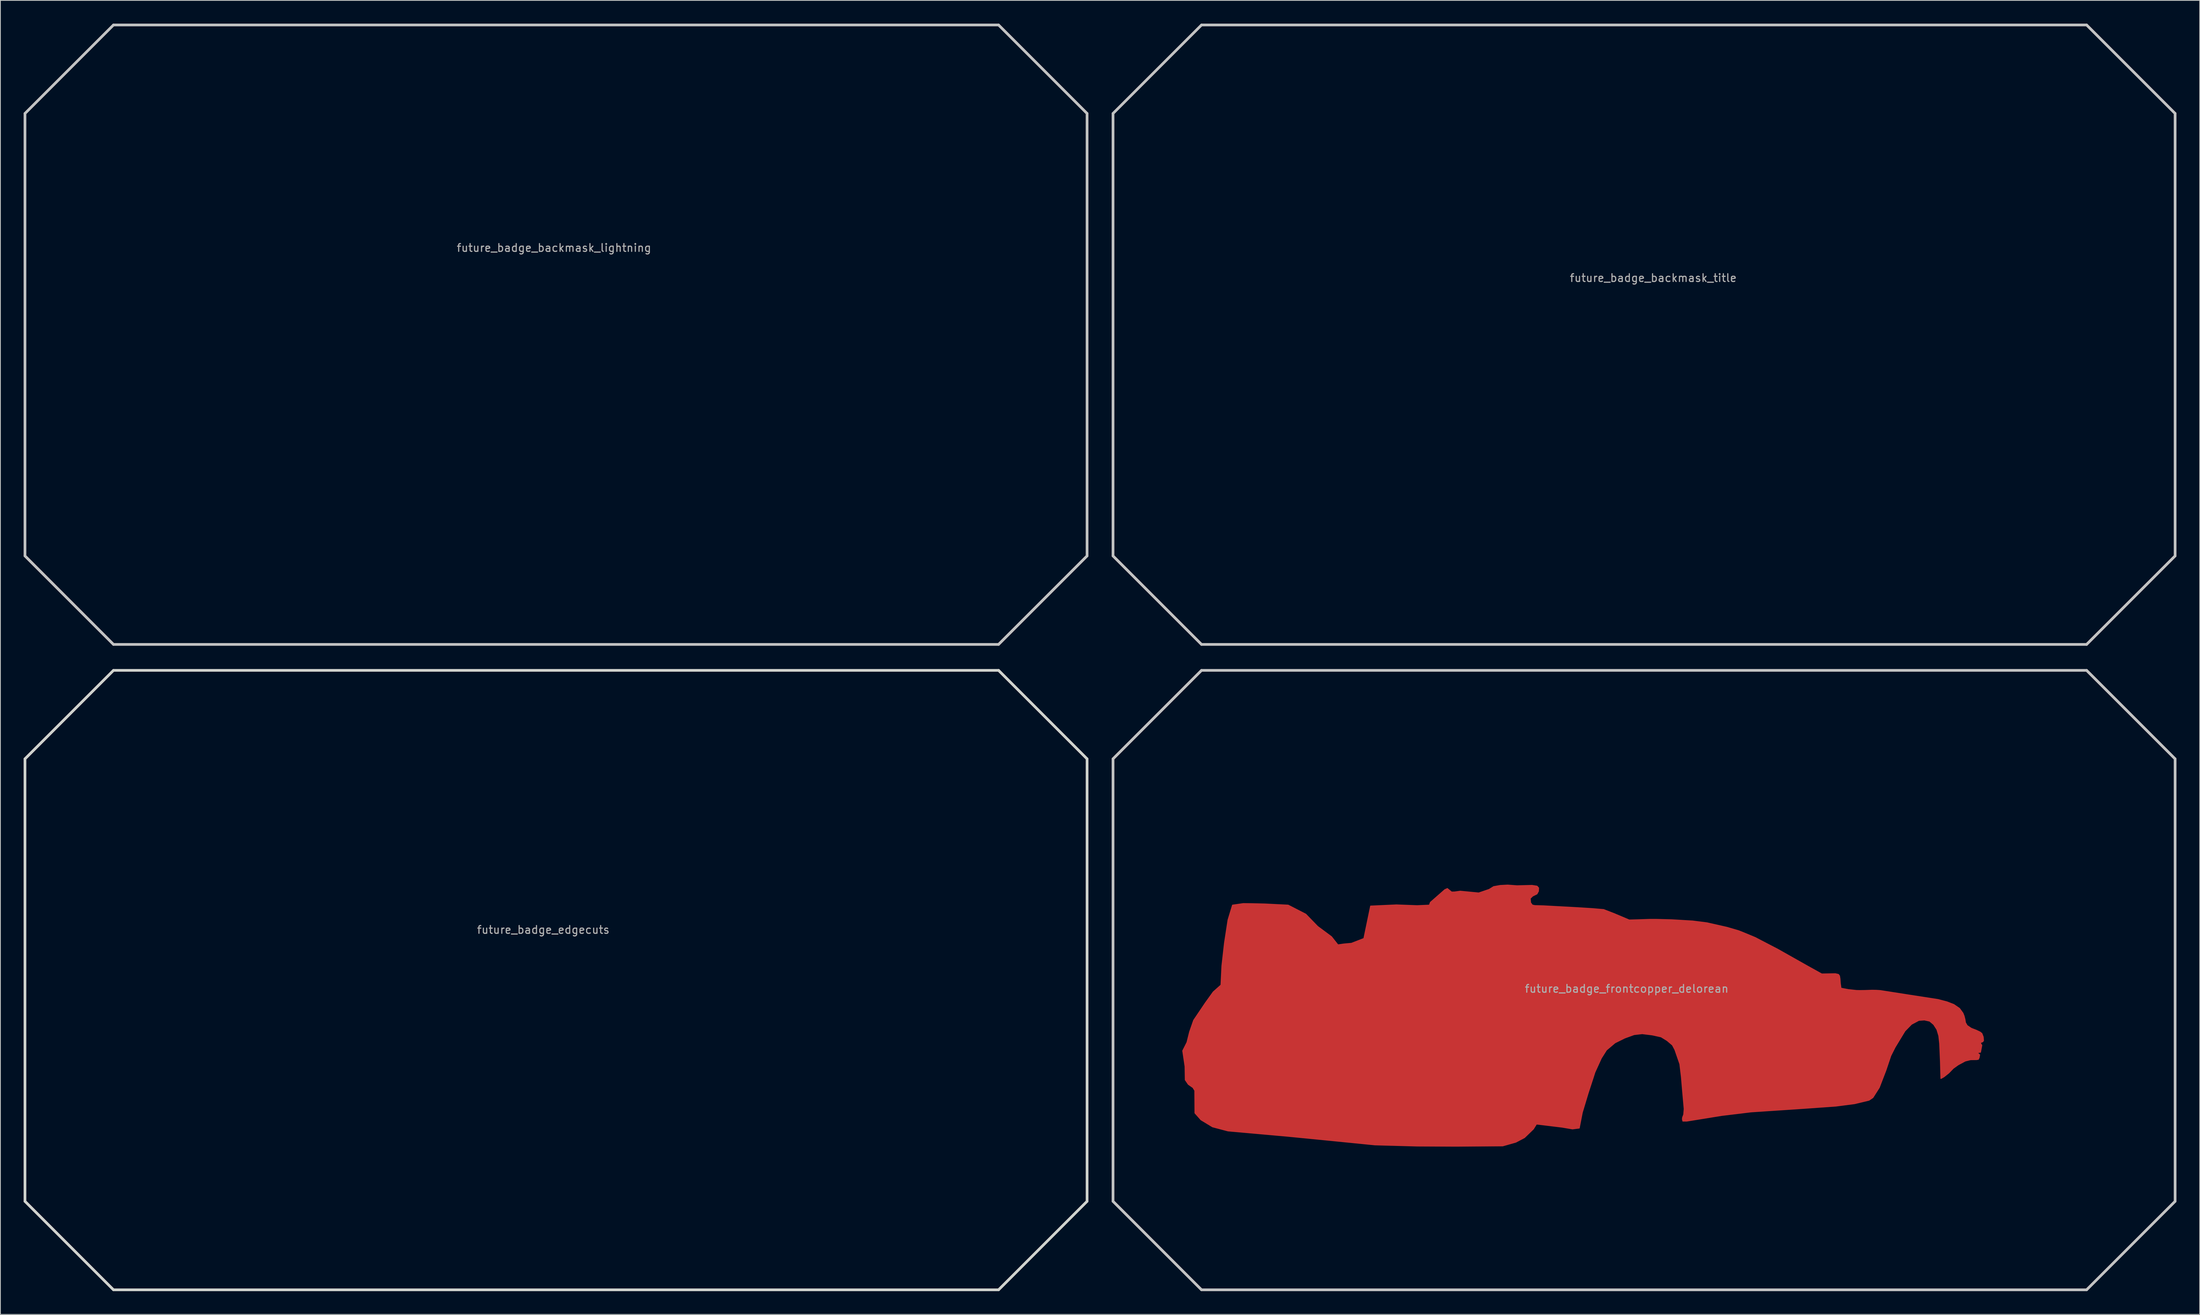
<source format=kicad_pcb>
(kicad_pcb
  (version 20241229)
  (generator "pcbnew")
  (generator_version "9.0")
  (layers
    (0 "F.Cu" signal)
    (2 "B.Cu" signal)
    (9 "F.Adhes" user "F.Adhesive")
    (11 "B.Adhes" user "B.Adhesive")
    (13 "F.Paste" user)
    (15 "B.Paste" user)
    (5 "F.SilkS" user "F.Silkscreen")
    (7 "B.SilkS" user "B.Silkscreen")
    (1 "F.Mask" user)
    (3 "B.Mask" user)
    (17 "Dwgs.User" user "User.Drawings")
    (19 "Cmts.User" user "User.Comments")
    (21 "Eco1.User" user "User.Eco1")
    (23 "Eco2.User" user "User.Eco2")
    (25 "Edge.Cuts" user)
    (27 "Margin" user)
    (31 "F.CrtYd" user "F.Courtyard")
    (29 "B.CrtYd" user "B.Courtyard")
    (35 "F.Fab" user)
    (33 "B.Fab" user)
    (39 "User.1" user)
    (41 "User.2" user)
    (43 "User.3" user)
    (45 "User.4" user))
  (footprint "future_badge_backmask_lightning"
    (layer "F.Cu")
    (at 68.486 29.455)
    (property "Reference" "future_badge_backmask_lightning" (at 0 -0.5 0) (unlocked yes) (layer "F.Fab") (effects (font (size 1 1) (thickness 0.15))))
    (fp_poly (pts (xy 29.55 -0.26) (xy 29.77 0.75) (xy 29.79 2.88) (xy 30.12 3.43) (xy 31.12 3.26) (xy 31.93 3.25) (xy 32.64 3.87) (xy 32.74 5) (xy 32.7 6.09) (xy 32.91 6.98) (xy 33.64 7.24) (xy 34.34 6.56) (xy 34.63 5.86) (xy 35.33 5.68) (xy 36 6.05) (xy 36.61 6.8) (xy 37.01 7.83) (xy 37.51 8.69) (xy 38.12 8.97) (xy 38.95 8.42) (xy 39.11 7.36) (xy 39.5 6.7) (xy 40.65 6.32) (xy 41.85 6.08) (xy 43.36 6.3) (xy 44.32 6.74) (xy 45.39 7.34) (xy 46.92 7.08) (xy 48.36 6.65) (xy 49.82 6.41) (xy 50.38 6.6) (xy 50.28 7.81) (xy 49.67 8.69) (xy 48.77 9.18) (xy 47.63 9.48) (xy 47.21 10.25) (xy 47.52 11.05) (xy 48.45 11.72) (xy 49.41 11.61) (xy 51.14 10.67) (xy 52.32 9.82) (xy 53.36 9) (xy 54.95 9.16) (xy 57.88 10.02) (xy 58.97 10.13) (xy 60.24 10.49) (xy 60.86 11.51) (xy 61.02 12.58) (xy 60.82 13.97) (xy 60.93 15.11) (xy 61.72 17.04) (xy 61.67 17.91) (xy 61.12 18.59) (xy 59.83 18.97) (xy 58.86 19.43) (xy 58.47 20.26) (xy 58.61 21.41) (xy 58.89 22.36) (xy 58.59 23.76) (xy 58.2 24.93) (xy 55.77 26.42) (xy 53.53 26.99) (xy 50.81 27.48) (xy 48.06 27.18) (xy 46.58 27.07) (xy 45.75 27.26) (xy 45.64 28.02) (xy 46.38 28.74) (xy 47.76 29.39) (xy 48.41 30.39) (xy 48.55 31.65) (xy 47.91 32.58) (xy 46.83 32.52) (xy 45.57 32.23) (xy 44.62 32.39) (xy 44.6 34) (xy 46.57 36.07) (xy 50.43 37.84) (xy 50.9 38.73) (xy 50.67 39.68) (xy 49.99 40.01) (xy 49.01 39.82) (xy 47.55 39.29) (xy 45.81 39.02) (xy 45.02 39.31) (xy 44.15 43.06) (xy 43.56 43.44) (xy 42.96 43.44) (xy 42.46 43.17) (xy 42.17 42.53) (xy 42.11 41.71) (xy 41.81 39.36) (xy 41.59 38.73) (xy 41.32 38.35) (xy 40.79 38.29) (xy 40.31 38.54) (xy 39.74 39.29) (xy 39.39 39.6) (xy 38.16 39.64) (xy 37.17 39.87) (xy 34.69 40.76) (xy 33.37 40.74) (xy 32.5 40.87) (xy 31.37 41.73) (xy 29.94 42.64) (xy 28.74 43.15) (xy 27.38 43.28) (xy 26.24 43.04) (xy 25.34 42.01) (xy 24.42 41.33) (xy 22.82 40.65) (xy 19.56 40.42) (xy 18.03 40.03) (xy 17.79 39.7) (xy 18.09 38.54) (xy 19.23 38.18) (xy 20.73 38.02) (xy 21.38 37.41) (xy 22.23 36.78) (xy 23.11 36.8) (xy 24.1 37.15) (xy 24.97 37.6) (xy 25.92 37.56) (xy 26.22 37.38) (xy 26.52 35.25) (xy 27 34.47) (xy 27.69 33.88) (xy 27.65 33.26) (xy 27.14 32.63) (xy 26.82 31.52) (xy 26.88 30.24) (xy 27.47 29.12) (xy 28.09 28.58) (xy 30.26 28.18) (xy 31.44 28.59) (xy 32.43 28.88) (xy 33.34 29.36) (xy 34.32 29.41) (xy 35.98 29.04) (xy 37.65 28.32) (xy 38 27.7) (xy 38.32 26.39) (xy 38.42 24.8) (xy 38.36 23.56) (xy 38.88 22.92) (xy 40.46 22.13) (xy 41.79 21.77) (xy 42.85 21.29) (xy 43.4 20.64) (xy 43.66 19.45) (xy 43.65 18.49) (xy 43.21 18.01) (xy 42.35 17.58) (xy 41.61 16.88) (xy 41.31 15.96) (xy 40.71 14.82) (xy 39.09 14.17) (xy 36.41 13.47) (xy 31.15 12.66) (xy 29.43 12.63) (xy 26.84 12.42) (xy 25.24 11.93) (xy 24.19 10.29) (xy 23.29 5.67) (xy 23.21 3.36) (xy 23.87 1.86) (xy 25.51 1.24) (xy 26.72 0.67) (xy 27.71 -0.26) (xy 28.79 -0.51)) (stroke (width 0.1) (type solid)) (fill yes) (layer "B.Mask"))
    (fp_line (start -68.311 -17.851) (end -68.311 39.291) (stroke (width 0.35) (type solid)) (layer "Dwgs.User"))
    (fp_line (start -68.311 39.291) (end -56.883 50.72) (stroke (width 0.35) (type solid)) (layer "Dwgs.User"))
    (fp_line (start -56.883 -29.28) (end -68.311 -17.851) (stroke (width 0.35) (type solid)) (layer "Dwgs.User"))
    (fp_line (start -56.883 50.72) (end 57.403 50.72) (stroke (width 0.35) (type solid)) (layer "Dwgs.User"))
    (fp_line (start 57.403 -29.28) (end -56.883 -29.28) (stroke (width 0.35) (type solid)) (layer "Dwgs.User"))
    (fp_line (start 57.403 50.72) (end 68.831 39.291) (stroke (width 0.35) (type solid)) (layer "Dwgs.User"))
    (fp_line (start 68.831 -17.851) (end 57.403 -29.28) (stroke (width 0.35) (type solid)) (layer "Dwgs.User"))
    (fp_line (start 68.831 39.291) (end 68.831 -17.851) (stroke (width 0.35) (type solid)) (layer "Dwgs.User")))
  (footprint "future_badge_frontcopper_delorean"
    (layer "F.Cu")
    (at 206.999 125.135)
    (property "Reference" "future_badge_frontcopper_delorean" (at 0 -0.5 0) (unlocked yes) (layer "F.Fab") (effects (font (size 1 1) (thickness 0.15))))
    (fp_poly (pts (xy -14.16 -13.79) (xy -12.23 -13.84) (xy -11.58 -13.74) (xy -11.38 -13.51) (xy -11.4 -13.09) (xy -11.59 -12.74) (xy -12.14 -12.47) (xy -12.46 -12.16) (xy -12.41 -11.6) (xy -12.19 -11.3) (xy -11.88 -11.23) (xy -10.73 -11.2) (xy -6.67 -10.98) (xy -4.55 -10.85) (xy -2.99 -10.72) (xy -1.57 -10.17) (xy 0.32 -9.37) (xy 1.41 -9.4) (xy 2.92 -9.45) (xy 3.89 -9.45) (xy 5.83 -9.4) (xy 8.51 -9.24) (xy 10.34 -9.01) (xy 12.95 -8.42) (xy 14.45 -7.98) (xy 15.01 -7.76) (xy 16.6 -7.1) (xy 17.15 -6.81) (xy 19.48 -5.6) (xy 23.29 -3.45) (xy 25.18 -2.4) (xy 26.94 -2.43) (xy 27.34 -2.34) (xy 27.48 -2.14) (xy 27.54 -1.76) (xy 27.58 -1.18) (xy 27.67 -0.56) (xy 28.63 -0.38) (xy 29.66 -0.27) (xy 30.08 -0.26) (xy 30.81 -0.27) (xy 31.68 -0.3) (xy 32.24 -0.29) (xy 32.73 -0.26) (xy 36.31 0.3) (xy 40.19 0.9) (xy 41.37 1.21) (xy 42.24 1.55) (xy 42.97 2.05) (xy 43.41 2.65) (xy 43.56 3.02) (xy 43.67 3.45) (xy 43.74 3.88) (xy 43.96 4.26) (xy 44.49 4.62) (xy 45.14 4.87) (xy 45.64 5.11) (xy 45.86 5.29) (xy 46.03 5.73) (xy 46.07 6.2) (xy 45.98 6.34) (xy 45.9 6.38) (xy 45.68 6.45) (xy 45.74 6.65) (xy 45.85 6.81) (xy 45.68 7.71) (xy 45.56 7.71) (xy 45.34 7.77) (xy 45.34 7.87) (xy 45.47 7.94) (xy 45.57 8.05) (xy 45.5 8.42) (xy 45.4 8.62) (xy 45.17 8.66) (xy 44.4 8.67) (xy 43.71 8.84) (xy 42.8 9.33) (xy 42.17 9.78) (xy 41.59 10.38) (xy 40.96 10.88) (xy 40.57 11.1) (xy 40.55 10.4) (xy 40.51 8.91) (xy 40.41 6.61) (xy 40.3 5.59) (xy 40.05 4.77) (xy 39.63 4.12) (xy 39.12 3.69) (xy 38.44 3.54) (xy 37.72 3.59) (xy 36.78 4.09) (xy 35.93 4.96) (xy 34.65 7.07) (xy 34.1 8.16) (xy 33.46 10.06) (xy 32.61 12.27) (xy 31.79 13.56) (xy 31.29 13.9) (xy 29.42 14.35) (xy 27.02 14.66) (xy 22.96 14.95) (xy 16.06 15.41) (xy 12.26 15.87) (xy 9.05 16.39) (xy 7.75 16.6) (xy 7.25 16.6) (xy 7.19 16.35) (xy 7.22 16.12) (xy 7.36 15.76) (xy 7.42 15.03) (xy 7.2 12.55) (xy 7.06 10.89) (xy 6.86 9.23) (xy 6.22 7.38) (xy 5.9 6.78) (xy 5.22 6.2) (xy 4.44 5.72) (xy 3.3 5.47) (xy 2 5.31) (xy 0.95 5.43) (xy -0.26 5.87) (xy -1.51 6.49) (xy -2.61 7.42) (xy -3.28 8.48) (xy -4.11 10.3) (xy -4.33 10.99) (xy -4.99 13.01) (xy -5.74 15.5) (xy -6.13 17.5) (xy -7 17.61) (xy -8.35 17.38) (xy -11.65 16.98) (xy -12.05 17.62) (xy -13.2 18.73) (xy -14.32 19.32) (xy -16.01 19.8) (xy -22.05 19.84) (xy -27.03 19.82) (xy -32.53 19.67) (xy -34.01 19.52) (xy -38.64 19.06) (xy -43.73 18.56) (xy -51.48 17.87) (xy -53.48 17.34) (xy -54.98 16.43) (xy -55.75 15.56) (xy -55.77 12.66) (xy -56.01 12.27) (xy -56.61 11.85) (xy -57 11.28) (xy -57.03 9.54) (xy -57.33 7.52) (xy -56.78 6.43) (xy -56.44 5.07) (xy -55.92 3.58) (xy -54.41 1.34) (xy -53.39 -0.08) (xy -52.39 -0.97) (xy -52.27 -3.45) (xy -51.94 -6.38) (xy -51.48 -9.38) (xy -50.9 -11.29) (xy -49.51 -11.49) (xy -48.48 -11.48) (xy -46.74 -11.44) (xy -43.72 -11.29) (xy -41.44 -10.12) (xy -39.91 -8.54) (xy -38.12 -7.21) (xy -37.29 -6.16) (xy -36.53 -6.27) (xy -35.54 -6.36) (xy -33.94 -6.98) (xy -33.48 -9.19) (xy -33.07 -11.17) (xy -29.73 -11.32) (xy -27.07 -11.22) (xy -25.48 -11.29) (xy -25.35 -11.65) (xy -23.49 -13.28) (xy -23.16 -13.43) (xy -22.61 -12.98) (xy -22.22 -12.99) (xy -21.5 -13.09) (xy -19.11 -12.86) (xy -17.76 -13.32) (xy -17.18 -13.68) (xy -16.34 -13.83) (xy -15.37 -13.88)) (stroke (width 0.12) (type solid)) (fill yes) (layer "F.Cu"))
    (fp_line (start -66.331 -30.181) (end -66.331 26.961) (stroke (width 0.35) (type solid)) (layer "Dwgs.User"))
    (fp_line (start -66.331 26.961) (end -54.903 38.39) (stroke (width 0.35) (type solid)) (layer "Dwgs.User"))
    (fp_line (start -54.903 -41.61) (end -66.331 -30.181) (stroke (width 0.35) (type solid)) (layer "Dwgs.User"))
    (fp_line (start -54.903 38.39) (end 59.383 38.39) (stroke (width 0.35) (type solid)) (layer "Dwgs.User"))
    (fp_line (start 59.383 -41.61) (end -54.903 -41.61) (stroke (width 0.35) (type solid)) (layer "Dwgs.User"))
    (fp_line (start 59.383 38.39) (end 70.811 26.961) (stroke (width 0.35) (type solid)) (layer "Dwgs.User"))
    (fp_line (start 70.811 -30.181) (end 59.383 -41.61) (stroke (width 0.35) (type solid)) (layer "Dwgs.User"))
    (fp_line (start 70.811 26.961) (end 70.811 -30.181) (stroke (width 0.35) (type solid)) (layer "Dwgs.User")))
  (footprint "future_badge_backmask_title"
    (layer "F.Cu")
    (at 210.429 33.345)
    (property "Reference" "future_badge_backmask_title" (at 0 -0.5 0) (unlocked yes) (layer "F.Fab") (effects (font (size 1 1) (thickness 0.15))))
    (fp_poly (pts (xy -19.33 -29.44) (xy -14.7 -29.41) (xy -10.78 -29.4) (xy -4.03 -29.37) (xy -1.23 -29.36) (xy 5.49 -29.34) (xy 10.69 -29.3) (xy 17.9 -29.27) (xy 22.44 -29.26) (xy 26.88 -29.22) (xy 27.58 -29.22) (xy 28.59 -28.79) (xy 32.33 -25.08) (xy 30.96 -21) (xy 27.26 -20.94) (xy 27.76 -20.01) (xy 28.44 -18.45) (xy 29.15 -16.39) (xy 29.42 -15.36) (xy 32.51 -15.41) (xy 33.25 -14.55) (xy 33.42 -10.88) (xy 31.21 -10.86) (xy 25.12 -10.85) (xy 17.05 -10.79) (xy 5.21 -10.75) (xy -12.77 -10.66) (xy -13.26 -10.75) (xy -13.45 -11.68) (xy -13.82 -13.53) (xy -14.36 -15.13) (xy -15.22 -15.15) (xy -22.66 -15.24) (xy -26.63 -15.3) (xy -26.74 -16.26) (xy -27.32 -18.81) (xy -27.75 -20.23) (xy -32.89 -20.35) (xy -34.5 -25.19) (xy -23.78 -25.17) (xy -23.77 -25.51) (xy -23.98 -27.24) (xy -24.64 -29.47)) (stroke (width 0.1) (type solid)) (fill yes) (layer "B.Mask"))
    (fp_line (start -69.761 -21.741) (end -69.761 35.401) (stroke (width 0.35) (type solid)) (layer "Dwgs.User"))
    (fp_line (start -69.761 35.401) (end -58.333 46.83) (stroke (width 0.35) (type solid)) (layer "Dwgs.User"))
    (fp_line (start -58.333 -33.17) (end -69.761 -21.741) (stroke (width 0.35) (type solid)) (layer "Dwgs.User"))
    (fp_line (start -58.333 46.83) (end 55.953 46.83) (stroke (width 0.35) (type solid)) (layer "Dwgs.User"))
    (fp_line (start 55.953 -33.17) (end -58.333 -33.17) (stroke (width 0.35) (type solid)) (layer "Dwgs.User"))
    (fp_line (start 55.953 46.83) (end 67.381 35.401) (stroke (width 0.35) (type solid)) (layer "Dwgs.User"))
    (fp_line (start 67.381 -21.741) (end 55.953 -33.17) (stroke (width 0.35) (type solid)) (layer "Dwgs.User"))
    (fp_line (start 67.381 35.401) (end 67.381 -21.741) (stroke (width 0.35) (type solid)) (layer "Dwgs.User")))
  (footprint "future_badge_edgecuts"
    (layer "F.Cu")
    (at 67.104 117.525)
    (property "Reference" "future_badge_edgecuts" (at 0 -0.5 0) (unlocked yes) (layer "F.Fab") (effects (font (size 1 1) (thickness 0.15))))
    (fp_line (start -66.929 -22.571) (end -66.929 34.571) (stroke (width 0.35) (type solid)) (layer "Edge.Cuts"))
    (fp_line (start -66.929 34.571) (end -55.5 46) (stroke (width 0.35) (type solid)) (layer "Edge.Cuts"))
    (fp_line (start -55.5 -34) (end -66.929 -22.571) (stroke (width 0.35) (type solid)) (layer "Edge.Cuts"))
    (fp_line (start -55.5 46) (end 58.786 46) (stroke (width 0.35) (type solid)) (layer "Edge.Cuts"))
    (fp_line (start 58.786 -34) (end -55.5 -34) (stroke (width 0.35) (type solid)) (layer "Edge.Cuts"))
    (fp_line (start 58.786 46) (end 70.214 34.571) (stroke (width 0.35) (type solid)) (layer "Edge.Cuts"))
    (fp_line (start 70.214 -22.571) (end 58.786 -34) (stroke (width 0.35) (type solid)) (layer "Edge.Cuts"))
    (fp_line (start 70.214 34.571) (end 70.214 -22.571) (stroke (width 0.35) (type solid)) (layer "Edge.Cuts")))
  (gr_rect
    (start -3 -3)
    (end 280.986 166.7)
    (stroke (width 0.1) (type default))
    (fill no)
    (layer "Edge.Cuts")))
</source>
